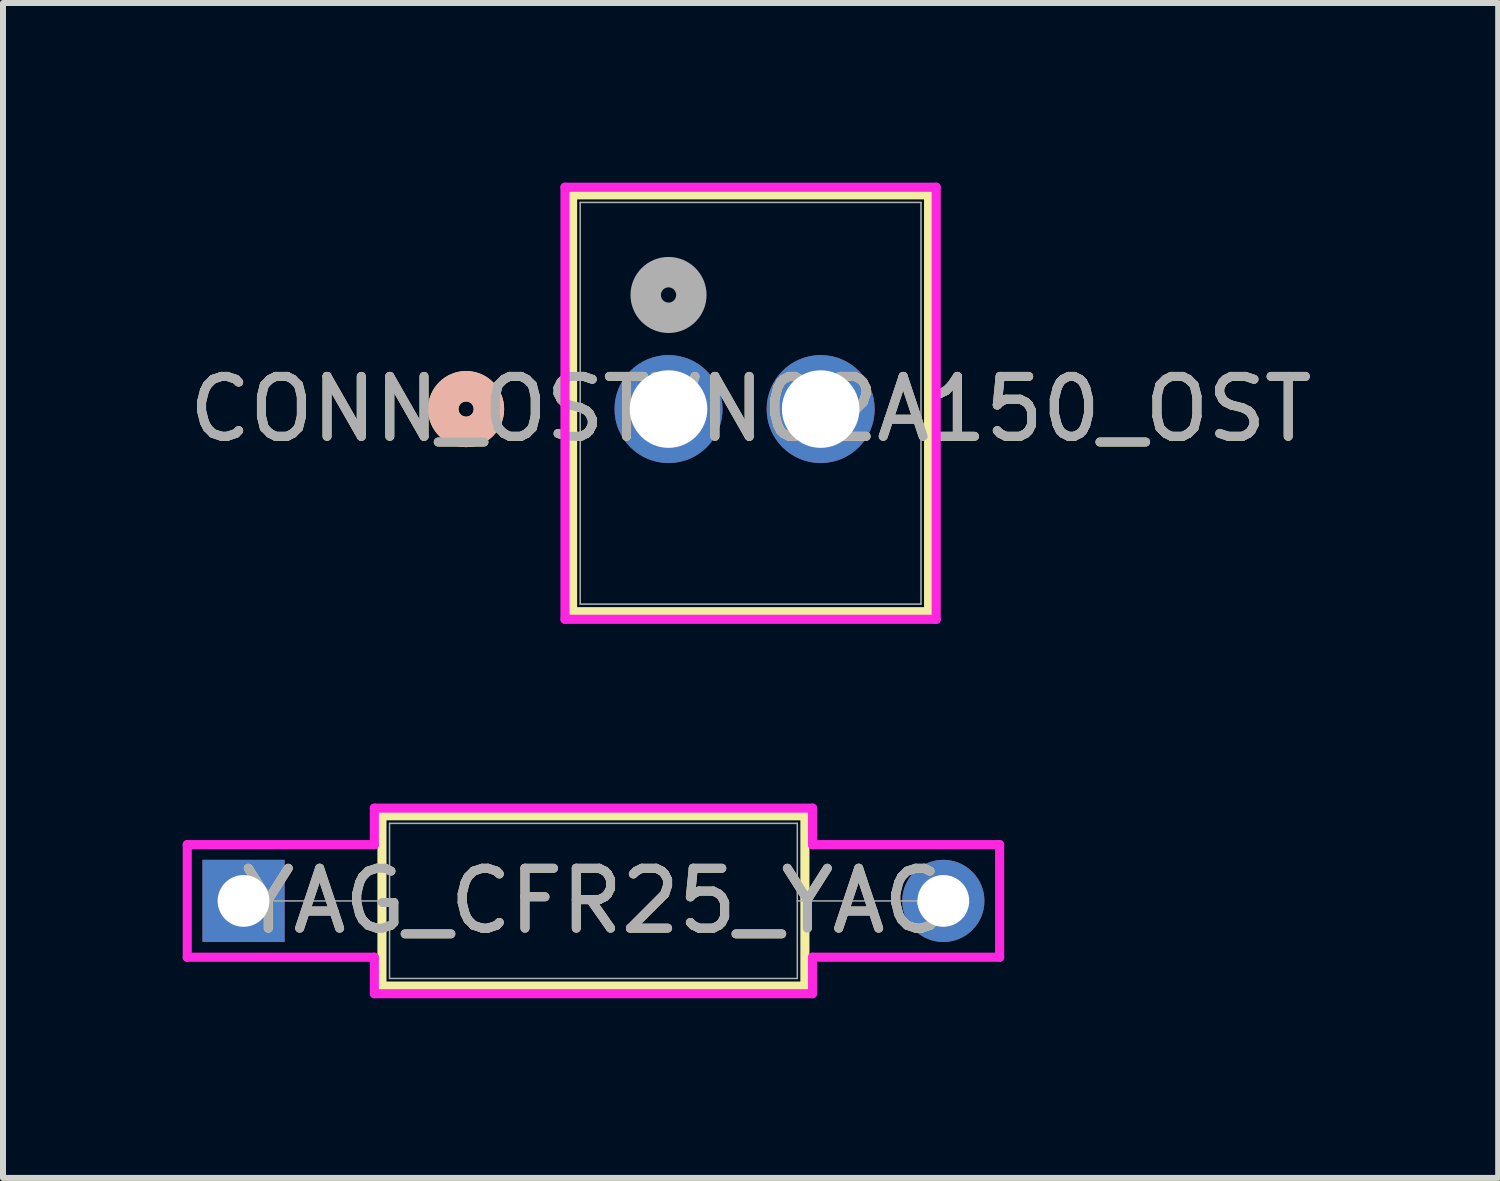
<source format=kicad_pcb>
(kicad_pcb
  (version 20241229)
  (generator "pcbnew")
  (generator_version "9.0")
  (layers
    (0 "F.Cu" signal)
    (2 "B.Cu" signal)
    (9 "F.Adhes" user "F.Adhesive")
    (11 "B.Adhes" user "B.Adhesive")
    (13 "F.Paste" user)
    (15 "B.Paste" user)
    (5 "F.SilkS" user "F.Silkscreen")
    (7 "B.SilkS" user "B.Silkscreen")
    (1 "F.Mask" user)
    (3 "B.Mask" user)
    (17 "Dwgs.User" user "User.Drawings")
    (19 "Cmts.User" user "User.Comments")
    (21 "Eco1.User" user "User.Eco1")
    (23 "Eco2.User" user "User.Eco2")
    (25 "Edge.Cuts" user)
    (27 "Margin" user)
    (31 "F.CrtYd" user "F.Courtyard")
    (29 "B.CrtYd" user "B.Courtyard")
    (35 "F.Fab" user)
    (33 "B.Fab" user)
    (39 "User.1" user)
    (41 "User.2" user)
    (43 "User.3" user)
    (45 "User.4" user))
  (footprint "CONN_OSTVN02A150_OST"
    (layer "F.Cu")
    (at 8.112 3.78)
    (property "Reference" "CONN_OSTVN02A150_OST" (at 1.37 0 0) (unlocked yes) (layer "F.SilkS") (effects (font (size 1 1) (thickness 0.15))))
    (attr through_hole)
    (fp_line (start -1.602 -3.577) (end -1.602 3.383) (stroke (width 0.152) (type solid)) (layer "F.SilkS"))
    (fp_line (start -1.602 3.383) (end 4.342 3.383) (stroke (width 0.152) (type solid)) (layer "F.SilkS"))
    (fp_line (start 4.342 -3.577) (end -1.602 -3.577) (stroke (width 0.152) (type solid)) (layer "F.SilkS"))
    (fp_line (start 4.342 3.383) (end 4.342 -3.577) (stroke (width 0.152) (type solid)) (layer "F.SilkS"))
    (fp_circle (center -3.38 0) (end -2.999 0) (stroke (width 0.508) (type solid)) (fill no) (layer "F.SilkS"))
    (fp_circle (center -3.38 0) (end -2.999 0) (stroke (width 0.508) (type solid)) (fill no) (layer "B.SilkS"))
    (fp_line (start -1.729 -3.704) (end -1.729 3.51) (stroke (width 0.152) (type solid)) (layer "F.CrtYd"))
    (fp_line (start -1.729 3.51) (end 4.469 3.51) (stroke (width 0.152) (type solid)) (layer "F.CrtYd"))
    (fp_line (start 4.469 -3.704) (end -1.729 -3.704) (stroke (width 0.152) (type solid)) (layer "F.CrtYd"))
    (fp_line (start 4.469 3.51) (end 4.469 -3.704) (stroke (width 0.152) (type solid)) (layer "F.CrtYd"))
    (fp_line (start -1.475 -3.45) (end -1.475 3.256) (stroke (width 0.025) (type solid)) (layer "F.Fab"))
    (fp_line (start -1.475 3.256) (end 4.215 3.256) (stroke (width 0.025) (type solid)) (layer "F.Fab"))
    (fp_line (start 4.215 -3.45) (end -1.475 -3.45) (stroke (width 0.025) (type solid)) (layer "F.Fab"))
    (fp_line (start 4.215 3.256) (end 4.215 -3.45) (stroke (width 0.025) (type solid)) (layer "F.Fab"))
    (fp_circle (center 0 -1.905) (end 0.381 -1.905) (stroke (width 0.508) (type solid)) (fill no) (layer "F.Fab"))
    (fp_text user "${REFERENCE}" (at 1.37 0 0) (unlocked yes) (layer "F.Fab") (effects (font (size 1 1) (thickness 0.15))))
    (pad "1" thru_hole circle (at 0 0) (size 1.803 1.803) (drill 1.295) (layers "*.Cu" "*.Mask"))
    (pad "2" thru_hole circle (at 2.54 0) (size 1.803 1.803) (drill 1.295) (layers "*.Cu" "*.Mask")))
  (footprint "YAG_CFR25_YAG"
    (layer "F.Cu")
    (at 1.016 11.992)
    (property "Reference" "YAG_CFR25_YAG" (at 5.842 0 0) (unlocked yes) (layer "F.SilkS") (effects (font (size 1 1) (thickness 0.15))))
    (attr through_hole)
    (fp_line (start 2.311 -1.422) (end 2.311 1.422) (stroke (width 0.152) (type solid)) (layer "F.SilkS"))
    (fp_line (start 2.311 1.422) (end 9.373 1.422) (stroke (width 0.152) (type solid)) (layer "F.SilkS"))
    (fp_line (start 9.373 -1.422) (end 2.311 -1.422) (stroke (width 0.152) (type solid)) (layer "F.SilkS"))
    (fp_line (start 9.373 1.422) (end 9.373 -1.422) (stroke (width 0.152) (type solid)) (layer "F.SilkS"))
    (fp_line (start -0.94 -0.94) (end 2.184 -0.94) (stroke (width 0.152) (type solid)) (layer "F.CrtYd"))
    (fp_line (start -0.94 0.94) (end -0.94 -0.94) (stroke (width 0.152) (type solid)) (layer "F.CrtYd"))
    (fp_line (start 2.184 -1.549) (end 9.5 -1.549) (stroke (width 0.152) (type solid)) (layer "F.CrtYd"))
    (fp_line (start 2.184 -0.94) (end 2.184 -1.549) (stroke (width 0.152) (type solid)) (layer "F.CrtYd"))
    (fp_line (start 2.184 0.94) (end -0.94 0.94) (stroke (width 0.152) (type solid)) (layer "F.CrtYd"))
    (fp_line (start 2.184 1.549) (end 2.184 0.94) (stroke (width 0.152) (type solid)) (layer "F.CrtYd"))
    (fp_line (start 9.5 -1.549) (end 9.5 -0.94) (stroke (width 0.152) (type solid)) (layer "F.CrtYd"))
    (fp_line (start 9.5 -0.94) (end 12.624 -0.94) (stroke (width 0.152) (type solid)) (layer "F.CrtYd"))
    (fp_line (start 9.5 0.94) (end 9.5 1.549) (stroke (width 0.152) (type solid)) (layer "F.CrtYd"))
    (fp_line (start 9.5 1.549) (end 2.184 1.549) (stroke (width 0.152) (type solid)) (layer "F.CrtYd"))
    (fp_line (start 12.624 -0.94) (end 12.624 0.94) (stroke (width 0.152) (type solid)) (layer "F.CrtYd"))
    (fp_line (start 12.624 0.94) (end 9.5 0.94) (stroke (width 0.152) (type solid)) (layer "F.CrtYd"))
    (fp_line (start 0 0) (end 2.438 0) (stroke (width 0.025) (type solid)) (layer "F.Fab"))
    (fp_line (start 2.438 -1.295) (end 2.438 1.295) (stroke (width 0.025) (type solid)) (layer "F.Fab"))
    (fp_line (start 2.438 1.295) (end 9.246 1.295) (stroke (width 0.025) (type solid)) (layer "F.Fab"))
    (fp_line (start 9.246 -1.295) (end 2.438 -1.295) (stroke (width 0.025) (type solid)) (layer "F.Fab"))
    (fp_line (start 9.246 1.295) (end 9.246 -1.295) (stroke (width 0.025) (type solid)) (layer "F.Fab"))
    (fp_line (start 11.684 0) (end 9.246 0) (stroke (width 0.025) (type solid)) (layer "F.Fab"))
    (fp_text user "${REFERENCE}" (at 5.842 0 0) (unlocked yes) (layer "F.Fab") (effects (font (size 1 1) (thickness 0.15))))
    (pad "1" thru_hole rect (at 0 0) (size 1.372 1.372) (drill 0.864) (layers "*.Cu" "*.Mask"))
    (pad "2" thru_hole circle (at 11.684 0) (size 1.372 1.372) (drill 0.864) (layers "*.Cu" "*.Mask")))
  (gr_rect
    (start -3 -3)
    (end 21.964 16.617)
    (stroke (width 0.1) (type default))
    (fill no)
    (layer "Edge.Cuts")))
</source>
